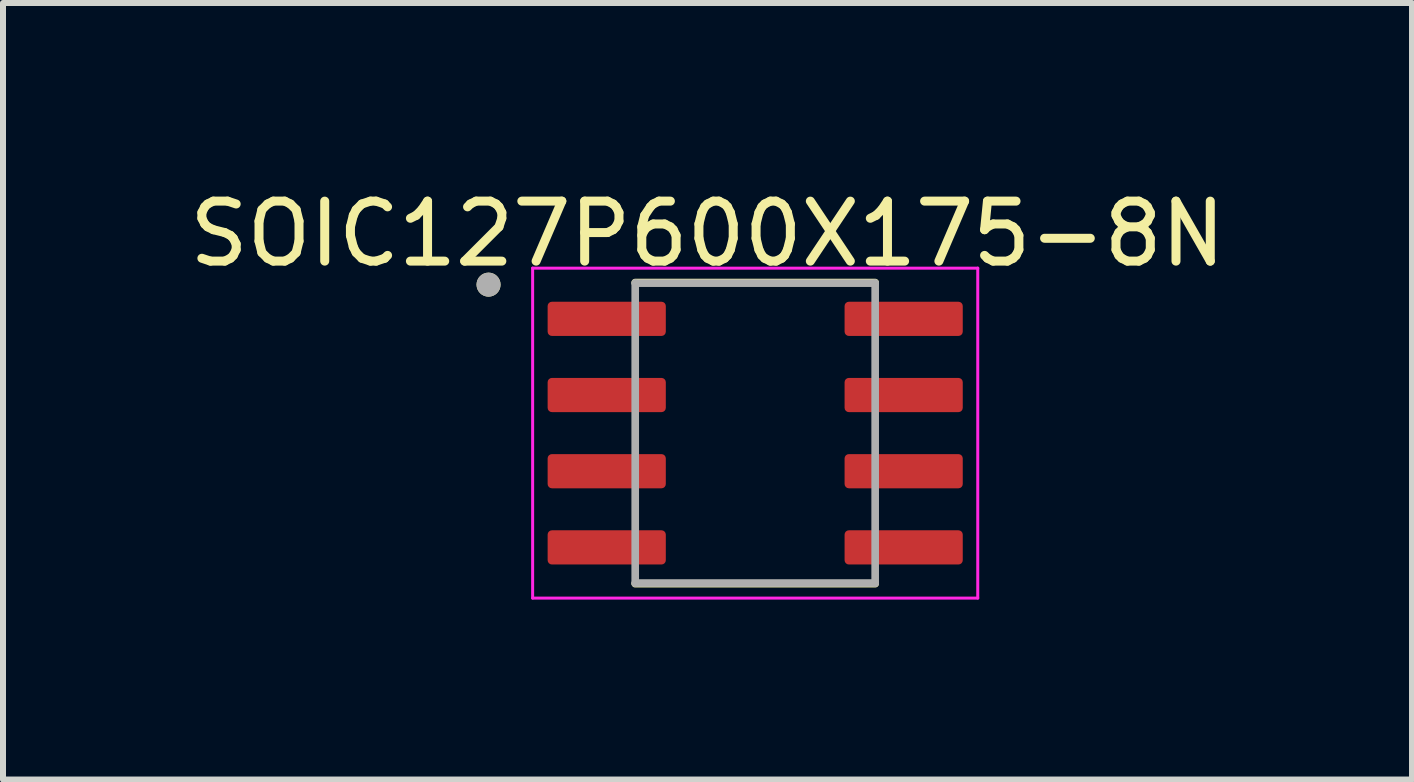
<source format=kicad_pcb>
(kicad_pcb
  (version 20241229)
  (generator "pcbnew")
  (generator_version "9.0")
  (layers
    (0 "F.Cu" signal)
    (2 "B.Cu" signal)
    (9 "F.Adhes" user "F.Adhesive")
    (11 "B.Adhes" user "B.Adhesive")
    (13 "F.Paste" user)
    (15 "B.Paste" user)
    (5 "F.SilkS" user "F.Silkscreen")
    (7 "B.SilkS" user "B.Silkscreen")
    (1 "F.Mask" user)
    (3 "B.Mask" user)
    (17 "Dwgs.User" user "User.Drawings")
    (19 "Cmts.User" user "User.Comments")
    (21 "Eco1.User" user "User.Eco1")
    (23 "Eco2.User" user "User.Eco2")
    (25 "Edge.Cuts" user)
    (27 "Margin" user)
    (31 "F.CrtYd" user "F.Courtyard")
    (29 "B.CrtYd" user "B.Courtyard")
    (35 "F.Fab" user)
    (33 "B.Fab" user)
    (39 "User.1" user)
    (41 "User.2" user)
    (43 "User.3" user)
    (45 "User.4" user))
  (footprint "SOIC127P600X175-8N"
    (layer "F.Cu")
    (at 9.539 4.17)
    (property "Reference" "SOIC127P600X175-8N" (at -0.795 -3.322 0) (layer "F.SilkS") (effects (font (size 1 1) (thickness 0.15))))
    (attr smd)
    (fp_line (start -2 -2.51) (end 2 -2.51) (stroke (width 0.127) (type solid)) (layer "F.SilkS"))
    (fp_line (start -2 2.51) (end 2 2.51) (stroke (width 0.127) (type solid)) (layer "F.SilkS"))
    (fp_circle (center -4.445 -2.475) (end -4.345 -2.475) (stroke (width 0.2) (type solid)) (fill no) (layer "F.SilkS"))
    (fp_line (start -3.71 -2.75) (end -3.71 2.75) (stroke (width 0.05) (type solid)) (layer "F.CrtYd"))
    (fp_line (start -3.71 -2.75) (end 3.71 -2.75) (stroke (width 0.05) (type solid)) (layer "F.CrtYd"))
    (fp_line (start -3.71 2.75) (end 3.71 2.75) (stroke (width 0.05) (type solid)) (layer "F.CrtYd"))
    (fp_line (start 3.71 -2.75) (end 3.71 2.75) (stroke (width 0.05) (type solid)) (layer "F.CrtYd"))
    (fp_line (start -2 -2.5) (end -2 2.5) (stroke (width 0.127) (type solid)) (layer "F.Fab"))
    (fp_line (start -2 -2.5) (end 2 -2.5) (stroke (width 0.127) (type solid)) (layer "F.Fab"))
    (fp_line (start -2 2.5) (end 2 2.5) (stroke (width 0.127) (type solid)) (layer "F.Fab"))
    (fp_line (start 2 -2.5) (end 2 2.5) (stroke (width 0.127) (type solid)) (layer "F.Fab"))
    (fp_circle (center -4.445 -2.475) (end -4.345 -2.475) (stroke (width 0.2) (type solid)) (fill no) (layer "F.Fab"))
    (pad "1" smd roundrect (at -2.475 -1.905) (size 1.97 0.57) (layers "F.Cu" "F.Mask" "F.Paste") (roundrect_rratio 0.125))
    (pad "2" smd roundrect (at -2.475 -0.635) (size 1.97 0.57) (layers "F.Cu" "F.Mask" "F.Paste") (roundrect_rratio 0.125))
    (pad "3" smd roundrect (at -2.475 0.635) (size 1.97 0.57) (layers "F.Cu" "F.Mask" "F.Paste") (roundrect_rratio 0.125))
    (pad "4" smd roundrect (at -2.475 1.905) (size 1.97 0.57) (layers "F.Cu" "F.Mask" "F.Paste") (roundrect_rratio 0.125))
    (pad "5" smd roundrect (at 2.475 1.905) (size 1.97 0.57) (layers "F.Cu" "F.Mask" "F.Paste") (roundrect_rratio 0.125))
    (pad "6" smd roundrect (at 2.475 0.635) (size 1.97 0.57) (layers "F.Cu" "F.Mask" "F.Paste") (roundrect_rratio 0.125))
    (pad "7" smd roundrect (at 2.475 -0.635) (size 1.97 0.57) (layers "F.Cu" "F.Mask" "F.Paste") (roundrect_rratio 0.125))
    (pad "8" smd roundrect (at 2.475 -1.905) (size 1.97 0.57) (layers "F.Cu" "F.Mask" "F.Paste") (roundrect_rratio 0.125)))
  (gr_rect
    (start -3 -3)
    (end 20.488 9.945)
    (stroke (width 0.1) (type default))
    (fill no)
    (layer "Edge.Cuts")))
</source>
